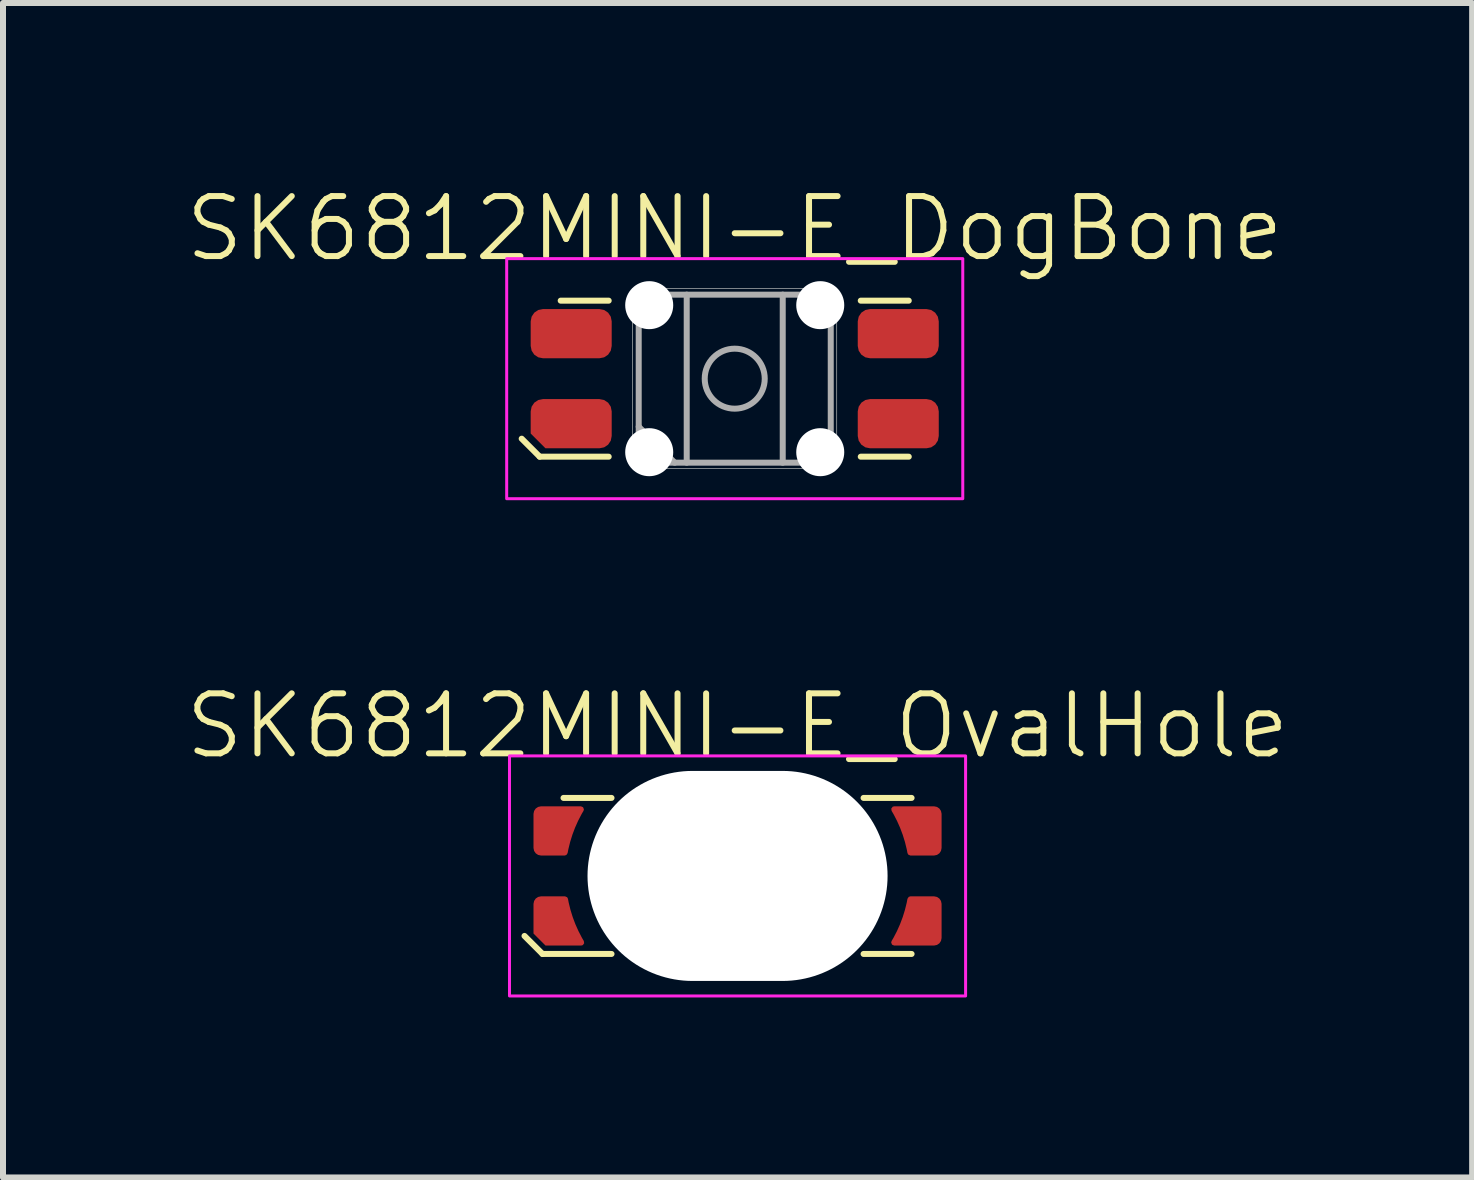
<source format=kicad_pcb>
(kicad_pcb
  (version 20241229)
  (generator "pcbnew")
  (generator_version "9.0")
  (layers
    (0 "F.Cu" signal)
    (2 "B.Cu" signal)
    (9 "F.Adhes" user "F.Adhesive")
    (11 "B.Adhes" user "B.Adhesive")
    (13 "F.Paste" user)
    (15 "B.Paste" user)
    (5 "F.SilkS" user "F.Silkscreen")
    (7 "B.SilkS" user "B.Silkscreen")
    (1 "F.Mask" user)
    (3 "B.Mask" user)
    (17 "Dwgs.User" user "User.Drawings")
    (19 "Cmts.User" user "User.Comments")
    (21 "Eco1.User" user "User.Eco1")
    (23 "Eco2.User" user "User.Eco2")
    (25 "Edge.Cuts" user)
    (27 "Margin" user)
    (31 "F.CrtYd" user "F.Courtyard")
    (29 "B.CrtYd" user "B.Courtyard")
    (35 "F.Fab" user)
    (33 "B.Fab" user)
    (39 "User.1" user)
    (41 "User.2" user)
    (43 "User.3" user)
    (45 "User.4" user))
  (footprint "SK6812MINI-E_DogBone"
    (layer "F.Cu")
    (at 9.193 3.26)
    (property "Reference" "SK6812MINI-E_DogBone" (at 0 -2.5 0) (unlocked yes) (layer "F.SilkS") (effects (font (size 1 1) (thickness 0.1))))
    (attr smd)
    (fp_line (start -3.25 1.3) (end -3.55 1) (stroke (width 0.1) (type default)) (layer "F.SilkS"))
    (fp_line (start -3.25 1.3) (end -2.1 1.3) (stroke (width 0.1) (type default)) (layer "F.SilkS"))
    (fp_line (start -2.9 -1.3) (end -2.1 -1.3) (stroke (width 0.1) (type default)) (layer "F.SilkS"))
    (fp_line (start 2.9 -1.3) (end 2.1 -1.3) (stroke (width 0.1) (type default)) (layer "F.SilkS"))
    (fp_line (start 2.9 1.3) (end 2.1 1.3) (stroke (width 0.1) (type default)) (layer "F.SilkS"))
    (fp_rect (start -1.7 -1.5) (end 1.7 1.5) (stroke (width 0.01) (type default)) (fill no) (layer "Edge.Cuts"))
    (fp_rect (start -3.8 -2) (end 3.8 2) (stroke (width 0.05) (type default)) (fill no) (layer "F.CrtYd"))
    (fp_line (start -1.6 0.8) (end -1 1.4) (stroke (width 0.1) (type default)) (layer "F.Fab"))
    (fp_line (start -0.8 -1.4) (end -0.8 1.4) (stroke (width 0.1) (type default)) (layer "F.Fab"))
    (fp_line (start 0.8 -1.4) (end 0.8 1.4) (stroke (width 0.1) (type default)) (layer "F.Fab"))
    (fp_rect (start -1.6 -1.4) (end 1.6 1.4) (stroke (width 0.1) (type default)) (fill no) (layer "F.Fab"))
    (fp_circle (center 0 0) (end 0.5 0) (stroke (width 0.1) (type default)) (fill no) (layer "F.Fab"))
    (pad "" np_thru_hole circle (at -1.425 -1.225) (size 0.8 0.8) (drill 0.8) (layers "*.Cu" "*.Mask"))
    (pad "" np_thru_hole circle (at -1.425 1.225) (size 0.8 0.8) (drill 0.8) (layers "*.Cu" "*.Mask"))
    (pad "" np_thru_hole circle (at 1.425 -1.225) (size 0.8 0.8) (drill 0.8) (layers "*.Cu" "*.Mask"))
    (pad "" np_thru_hole circle (at 1.425 1.225) (size 0.8 0.8) (drill 0.8) (layers "*.Cu" "*.Mask"))
    (pad "1" smd roundrect (at 2.725 -0.75) (size 1.35 0.82) (layers "F.Cu" "F.Mask" "F.Paste") (roundrect_rratio 0.25))
    (pad "2" smd roundrect (at 2.725 0.75) (size 1.35 0.82) (layers "F.Cu" "F.Mask" "F.Paste") (roundrect_rratio 0.25))
    (pad "3" smd roundrect (at -2.725 0.75) (size 1.35 0.82) (layers "F.Cu" "F.Mask" "F.Paste") (roundrect_rratio 0.25) (chamfer_ratio 0.3) (chamfer bottom_left))
    (pad "4" smd roundrect (at -2.725 -0.75) (size 1.35 0.82) (layers "F.Cu" "F.Mask" "F.Paste") (roundrect_rratio 0.25)))
  (footprint "SK6812MINI-E_OvalHole"
    (layer "F.Cu")
    (at 9.24 11.546)
    (property "Reference" "SK6812MINI-E_OvalHole" (at 0 -2.5 0) (unlocked yes) (layer "F.SilkS") (effects (font (size 1 1) (thickness 0.1))))
    (attr smd)
    (fp_line (start -3.25 1.3) (end -3.55 1) (stroke (width 0.1) (type default)) (layer "F.SilkS"))
    (fp_line (start -3.25 1.3) (end -2.1 1.3) (stroke (width 0.1) (type default)) (layer "F.SilkS"))
    (fp_line (start -2.9 -1.3) (end -2.1 -1.3) (stroke (width 0.1) (type default)) (layer "F.SilkS"))
    (fp_line (start 2.9 -1.3) (end 2.1 -1.3) (stroke (width 0.1) (type default)) (layer "F.SilkS"))
    (fp_line (start 2.9 1.3) (end 2.1 1.3) (stroke (width 0.1) (type default)) (layer "F.SilkS"))
    (fp_rect (start -3.8 -2) (end 3.8 2) (stroke (width 0.05) (type default)) (fill no) (layer "F.CrtYd"))
    (fp_line (start -1.6 0.8) (end -1 1.4) (stroke (width 0.1) (type default)) (layer "F.Fab"))
    (fp_line (start -0.8 -1.4) (end -0.8 1.4) (stroke (width 0.1) (type default)) (layer "F.Fab"))
    (fp_line (start 0.8 -1.4) (end 0.8 1.4) (stroke (width 0.1) (type default)) (layer "F.Fab"))
    (fp_rect (start -1.6 -1.4) (end 1.6 1.4) (stroke (width 0.1) (type default)) (fill no) (layer "F.Fab"))
    (fp_circle (center 0 0) (end 0.5 0) (stroke (width 0.1) (type default)) (fill no) (layer "F.Fab"))
    (pad "" np_thru_hole oval (at 0 0) (size 5 3.5) (drill oval 5 3.5) (layers "*.Cu" "*.Mask"))
    (pad "1" smd custom (at 3.15 -0.75) (size 0.5 0.82) (layers "F.Cu" "F.Mask" "F.Paste") (options (anchor circle)) (primitives (gr_poly (pts (xy -0.25 -0.285) (xy -0.24 -0.333) (xy -0.213 -0.373) (xy -0.173 -0.4) (xy -0.125 -0.41) (xy 0.125 -0.41) (xy 0.173 -0.4) (xy 0.213 -0.373) (xy 0.24 -0.333) (xy 0.25 -0.285) (xy 0.25 0.285) (xy 0.24 0.333) (xy 0.213 0.373) (xy 0.173 0.4) (xy 0.125 0.41) (xy -0.125 0.41) (xy -0.173 0.4) (xy -0.213 0.373) (xy -0.24 0.333) (xy -0.25 0.285)) (width 0) (fill yes)) (gr_poly (pts (arc (start -0.269388 0.359888) (mid -0.372488 -0.012162) (end -0.540001 -0.359999)) (xy -0.04 -0.36) (xy -0.03 0.36)) (width 0.1) (fill yes))))
    (pad "2" smd custom (at 3.15 0.75) (size 0.5 0.5) (layers "F.Cu" "F.Mask" "F.Paste") (options (anchor circle)) (primitives (gr_poly (pts (xy -0.25 0.285) (xy -0.24 0.333) (xy -0.213 0.373) (xy -0.173 0.4) (xy -0.125 0.41) (xy 0.125 0.41) (xy 0.173 0.4) (xy 0.213 0.373) (xy 0.24 0.333) (xy 0.25 0.285) (xy 0.25 -0.285) (xy 0.24 -0.333) (xy 0.213 -0.373) (xy 0.173 -0.4) (xy 0.125 -0.41) (xy -0.125 -0.41) (xy -0.173 -0.4) (xy -0.213 -0.373) (xy -0.24 -0.333) (xy -0.25 -0.285)) (width 0) (fill yes)) (gr_poly (pts (arc (start -0.269388 -0.359888) (mid -0.372488 0.012162) (end -0.540001 0.359999)) (xy -0.04 0.36) (xy -0.03 -0.36)) (width 0.1) (fill yes))))
    (pad "3" smd custom (at -3.15 0.75) (size 0.5 0.82) (layers "F.Cu" "F.Mask" "F.Paste") (options (anchor circle)) (primitives (gr_poly (pts (xy -0.25 -0.285) (xy -0.24 -0.333) (xy -0.213 -0.373) (xy -0.173 -0.4) (xy -0.125 -0.41) (xy 0.125 -0.41) (xy 0.173 -0.4) (xy 0.213 -0.373) (xy 0.24 -0.333) (xy 0.25 -0.285) (xy 0.25 0.285) (xy 0.24 0.333) (xy 0.213 0.373) (xy 0.173 0.4) (xy 0.125 0.41) (xy -0.05 0.41) (xy -0.25 0.21)) (width 0) (fill yes)) (gr_poly (pts (arc (start 0.274958 -0.35997) (mid 0.378058 0.01208) (end 0.545571 0.359917)) (xy 0.046 0.36) (xy 0.036 -0.36)) (width 0.1) (fill yes))))
    (pad "4" smd custom (at -3.15 -0.75) (size 0.5 0.5) (layers "F.Cu" "F.Mask" "F.Paste") (options (anchor circle)) (primitives (gr_poly (pts (xy 0.25 -0.285) (xy 0.24 -0.333) (xy 0.213 -0.373) (xy 0.173 -0.4) (xy 0.125 -0.41) (xy -0.125 -0.41) (xy -0.173 -0.4) (xy -0.213 -0.373) (xy -0.24 -0.333) (xy -0.25 -0.285) (xy -0.25 0.285) (xy -0.24 0.333) (xy -0.213 0.373) (xy -0.173 0.4) (xy -0.125 0.41) (xy 0.125 0.41) (xy 0.173 0.4) (xy 0.213 0.373) (xy 0.24 0.333) (xy 0.25 0.285)) (width 0) (fill yes)) (gr_poly (pts (arc (start 0.269388 0.359888) (mid 0.372488 -0.012162) (end 0.540001 -0.359999)) (xy 0.04 -0.36) (xy 0.03 0.36)) (width 0.1) (fill yes)))))
  (gr_rect
    (start -3 -3)
    (end 21.481 16.571)
    (stroke (width 0.1) (type default))
    (fill no)
    (layer "Edge.Cuts")))
</source>
